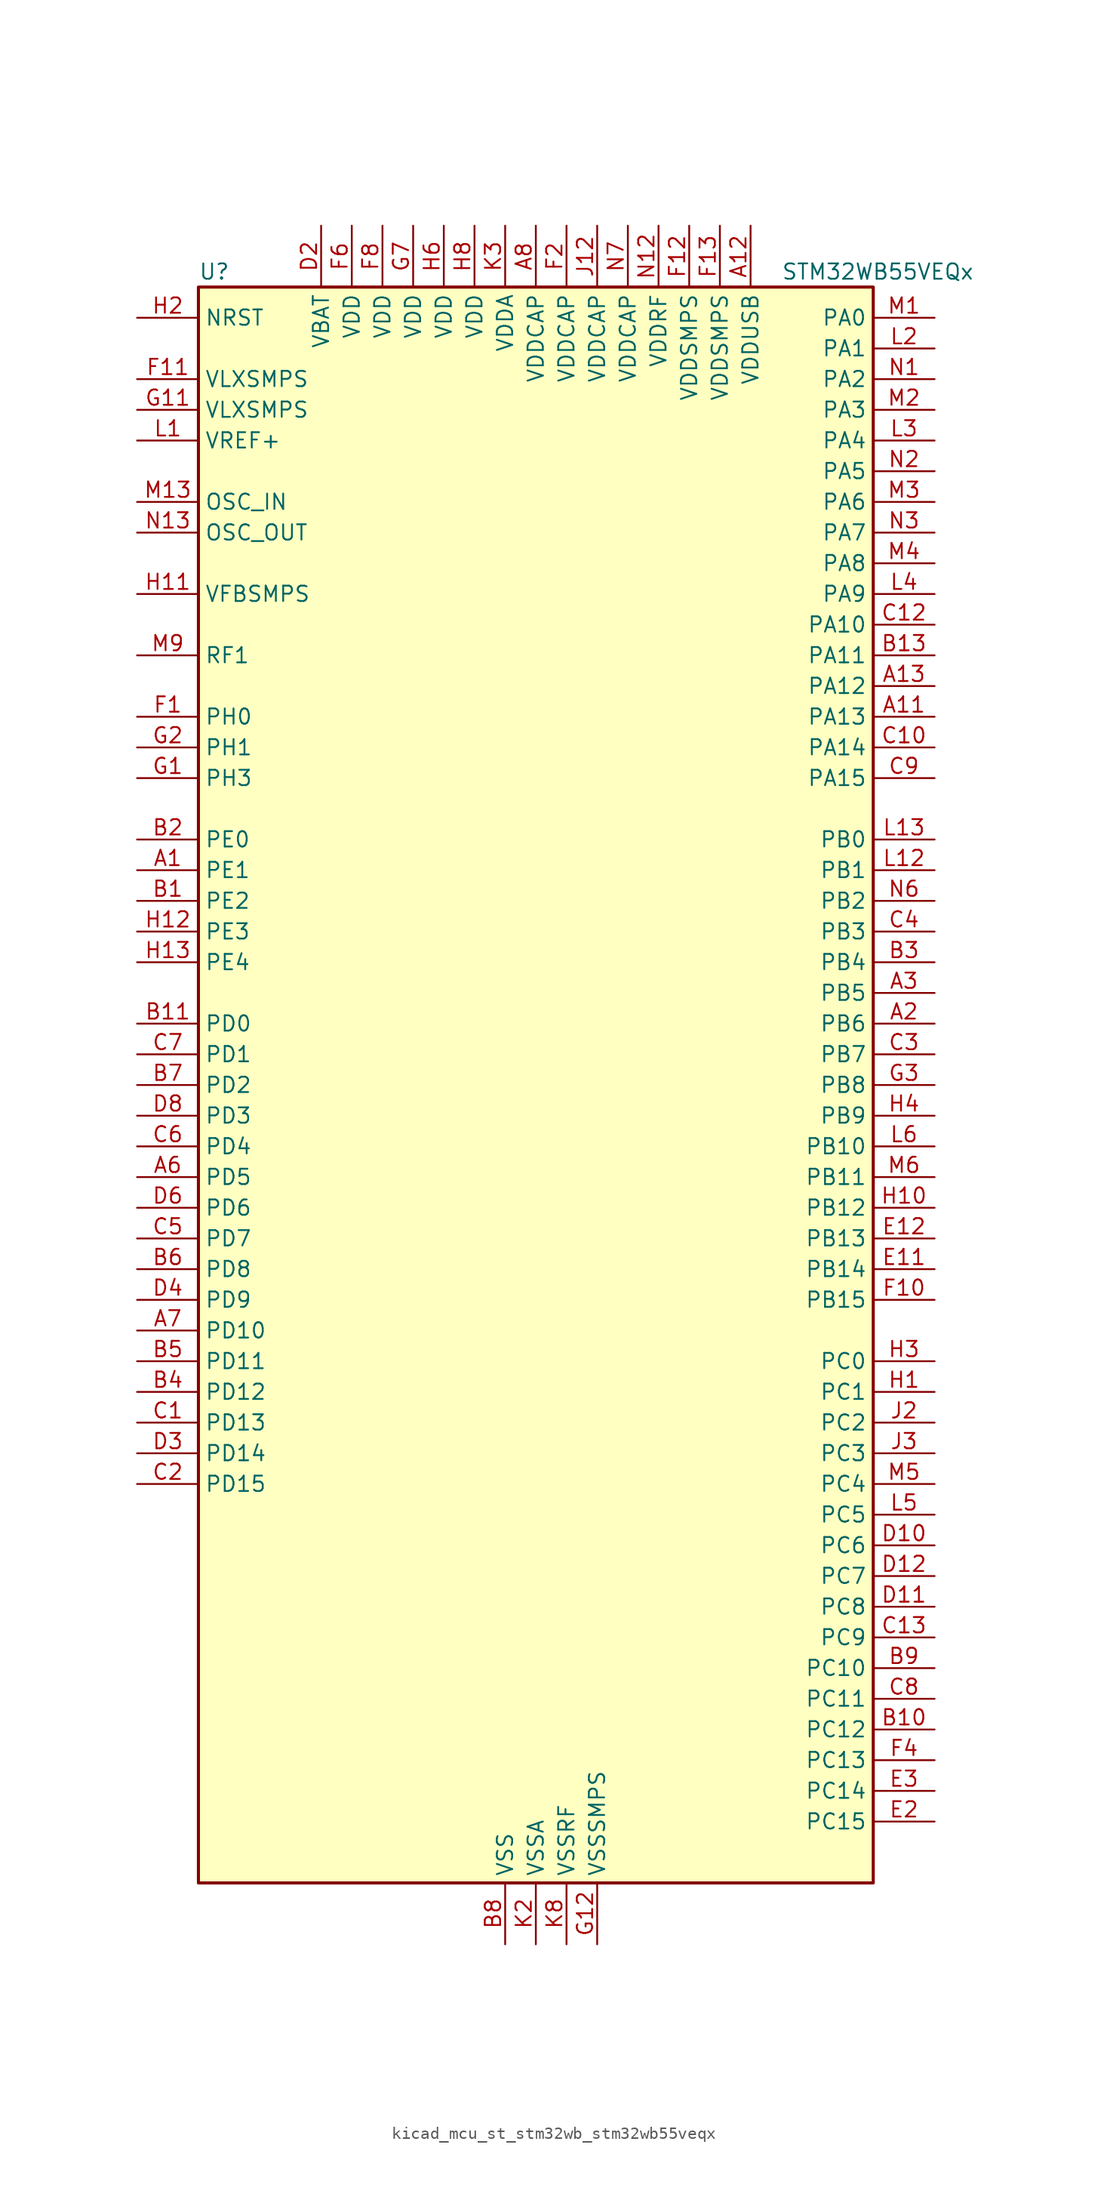
<source format=kicad_sym>
(kicad_symbol_lib
  (version 20220914)
  (generator kicad_symbol_editor)
  (symbol "kicad_mcu_st_stm32wb_stm32wb55veqx"
    (property "Reference" "U"
      (at -27.94 67.31 0)
      (effects (font (size 1.27 1.27)) (justify left)))
    (property "Value" "STM32WB55VEQx"
      (at 20.32 67.31 0)
      (effects (font (size 1.27 1.27)) (justify left)))
    (property "ki_locked" ""
      (at 0 0 0)
      (effects (font (size 1.27 1.27))))
    (symbol "kicad_mcu_st_stm32wb_stm32wb55veqx_0_1"
      (rectangle (start -27.94 -66.04) (end 27.94 66.04) (stroke (width 0.254) (type default)) (fill (type background))))
    (symbol "kicad_mcu_st_stm32wb_stm32wb55veqx_1_1"
      (pin bidirectional line (at -33.02 17.78 0) (length 5.08) (name "PE1" (effects (font (size 1.27 1.27)))) (number "A1" (effects (font (size 1.27 1.27)))) (alternate "LCD_SEG37" bidirectional line) (alternate "TIM17_CH1" bidirectional line) (alternate "TSC_G7_IO2" bidirectional line))
      (pin bidirectional line (at 33.02 30.48 180) (length 5.08) (name "PA13" (effects (font (size 1.27 1.27)))) (number "A11" (effects (font (size 1.27 1.27)))) (alternate "IR_OUT" bidirectional line) (alternate "SAI1_SD_B" bidirectional line) (alternate "SYS_JTMS-SWDIO" bidirectional line) (alternate "USB_NOE" bidirectional line))
      (pin power_in line (at 17.78 71.12 270) (length 5.08) (name "VDDUSB" (effects (font (size 1.27 1.27)))) (number "A12" (effects (font (size 1.27 1.27)))))
      (pin bidirectional line (at 33.02 33.02 180) (length 5.08) (name "PA12" (effects (font (size 1.27 1.27)))) (number "A13" (effects (font (size 1.27 1.27)))) (alternate "LPUART1_RX" bidirectional line) (alternate "SPI1_MOSI" bidirectional line) (alternate "TIM1_ETR" bidirectional line) (alternate "USART1_DE" bidirectional line) (alternate "USART1_RTS" bidirectional line) (alternate "USB_DP" bidirectional line))
      (pin bidirectional line (at 33.02 5.08 180) (length 5.08) (name "PB6" (effects (font (size 1.27 1.27)))) (number "A2" (effects (font (size 1.27 1.27)))) (alternate "COMP2_INP" bidirectional line) (alternate "I2C1_SCL" bidirectional line) (alternate "LCD_SEG6" bidirectional line) (alternate "LPTIM1_ETR" bidirectional line) (alternate "RCC_MCO" bidirectional line) (alternate "SAI1_FS_B" bidirectional line) (alternate "TIM16_CH1N" bidirectional line) (alternate "TSC_G2_IO3" bidirectional line) (alternate "USART1_TX" bidirectional line))
      (pin bidirectional line (at 33.02 7.62 180) (length 5.08) (name "PB5" (effects (font (size 1.27 1.27)))) (number "A3" (effects (font (size 1.27 1.27)))) (alternate "COMP2_OUT" bidirectional line) (alternate "I2C1_SMBA" bidirectional line) (alternate "LCD_SEG9" bidirectional line) (alternate "LPTIM1_IN1" bidirectional line) (alternate "LPUART1_TX" bidirectional line) (alternate "SAI1_SD_B" bidirectional line) (alternate "SPI1_MOSI" bidirectional line) (alternate "TIM16_BKIN" bidirectional line) (alternate "TSC_G2_IO2" bidirectional line) (alternate "USART1_CK" bidirectional line))
      (pin bidirectional line (at -33.02 -7.62 0) (length 5.08) (name "PD5" (effects (font (size 1.27 1.27)))) (number "A6" (effects (font (size 1.27 1.27)))) (alternate "QUADSPI_BK1_IO1" bidirectional line) (alternate "SAI1_MCLK_B" bidirectional line) (alternate "TSC_G5_IO2" bidirectional line))
      (pin bidirectional line (at -33.02 -20.32 0) (length 5.08) (name "PD10" (effects (font (size 1.27 1.27)))) (number "A7" (effects (font (size 1.27 1.27)))) (alternate "LCD_SEG30" bidirectional line) (alternate "SYS_TRIG_INOUT" bidirectional line) (alternate "TSC_G6_IO1" bidirectional line))
      (pin power_in line (at 0 71.12 270) (length 5.08) (name "VDDCAP" (effects (font (size 1.27 1.27)))) (number "A8" (effects (font (size 1.27 1.27)))))
      (pin bidirectional line (at -33.02 15.24 0) (length 5.08) (name "PE2" (effects (font (size 1.27 1.27)))) (number "B1" (effects (font (size 1.27 1.27)))) (alternate "LCD_SEG38" bidirectional line) (alternate "SAI1_CK1" bidirectional line) (alternate "SAI1_MCLK_A" bidirectional line) (alternate "SYS_TRACECLK" bidirectional line) (alternate "TSC_G7_IO1" bidirectional line))
      (pin bidirectional line (at 33.02 -53.34 180) (length 5.08) (name "PC12" (effects (font (size 1.27 1.27)))) (number "B10" (effects (font (size 1.27 1.27)))) (alternate "LCD_COM6" bidirectional line) (alternate "LCD_SEG30" bidirectional line) (alternate "LCD_SEG42" bidirectional line) (alternate "RCC_LSCO" bidirectional line) (alternate "RTC_TAMP3" bidirectional line) (alternate "SYS_TRACED3" bidirectional line) (alternate "SYS_WKUP3" bidirectional line) (alternate "TSC_G3_IO4" bidirectional line))
      (pin bidirectional line (at -33.02 5.08 0) (length 5.08) (name "PD0" (effects (font (size 1.27 1.27)))) (number "B11" (effects (font (size 1.27 1.27)))) (alternate "SPI2_NSS" bidirectional line))
      (pin passive line (at -2.54 -71.12 90) (length 5.08) hide (name "VSS" (effects (font (size 1.27 1.27)))) (number "B12" (effects (font (size 1.27 1.27)))))
      (pin bidirectional line (at 33.02 35.56 180) (length 5.08) (name "PA11" (effects (font (size 1.27 1.27)))) (number "B13" (effects (font (size 1.27 1.27)))) (alternate "ADC1_EXTI11" bidirectional line) (alternate "SPI1_MISO" bidirectional line) (alternate "TIM1_BKIN2" bidirectional line) (alternate "TIM1_CH4" bidirectional line) (alternate "USART1_CTS" bidirectional line) (alternate "USART1_NSS" bidirectional line) (alternate "USB_DM" bidirectional line))
      (pin bidirectional line (at -33.02 20.32 0) (length 5.08) (name "PE0" (effects (font (size 1.27 1.27)))) (number "B2" (effects (font (size 1.27 1.27)))) (alternate "LCD_SEG36" bidirectional line) (alternate "TIM16_CH1" bidirectional line) (alternate "TIM1_ETR" bidirectional line) (alternate "TSC_G7_IO3" bidirectional line))
      (pin bidirectional line (at 33.02 10.16 180) (length 5.08) (name "PB4" (effects (font (size 1.27 1.27)))) (number "B3" (effects (font (size 1.27 1.27)))) (alternate "COMP2_INP" bidirectional line) (alternate "I2C3_SDA" bidirectional line) (alternate "LCD_SEG8" bidirectional line) (alternate "SAI1_MCLK_B" bidirectional line) (alternate "SPI1_MISO" bidirectional line) (alternate "SYS_JTRST" bidirectional line) (alternate "TIM17_BKIN" bidirectional line) (alternate "TSC_G2_IO1" bidirectional line) (alternate "USART1_CTS" bidirectional line) (alternate "USART1_NSS" bidirectional line))
      (pin bidirectional line (at -33.02 -25.4 0) (length 5.08) (name "PD12" (effects (font (size 1.27 1.27)))) (number "B4" (effects (font (size 1.27 1.27)))) (alternate "LCD_SEG32" bidirectional line) (alternate "LPTIM2_IN1" bidirectional line) (alternate "TSC_G6_IO3" bidirectional line))
      (pin bidirectional line (at -33.02 -22.86 0) (length 5.08) (name "PD11" (effects (font (size 1.27 1.27)))) (number "B5" (effects (font (size 1.27 1.27)))) (alternate "ADC1_EXTI11" bidirectional line) (alternate "LCD_SEG31" bidirectional line) (alternate "LPTIM2_ETR" bidirectional line) (alternate "TSC_G6_IO2" bidirectional line))
      (pin bidirectional line (at -33.02 -15.24 0) (length 5.08) (name "PD8" (effects (font (size 1.27 1.27)))) (number "B6" (effects (font (size 1.27 1.27)))) (alternate "LCD_SEG28" bidirectional line) (alternate "TIM1_BKIN2" bidirectional line))
      (pin bidirectional line (at -33.02 0 0) (length 5.08) (name "PD2" (effects (font (size 1.27 1.27)))) (number "B7" (effects (font (size 1.27 1.27)))) (alternate "LCD_COM7" bidirectional line) (alternate "LCD_SEG31" bidirectional line) (alternate "LCD_SEG43" bidirectional line) (alternate "SYS_TRACED2" bidirectional line) (alternate "TSC_SYNC" bidirectional line))
      (pin power_in line (at -2.54 -71.12 90) (length 5.08) (name "VSS" (effects (font (size 1.27 1.27)))) (number "B8" (effects (font (size 1.27 1.27)))))
      (pin bidirectional line (at 33.02 -48.26 180) (length 5.08) (name "PC10" (effects (font (size 1.27 1.27)))) (number "B9" (effects (font (size 1.27 1.27)))) (alternate "LCD_COM4" bidirectional line) (alternate "LCD_SEG28" bidirectional line) (alternate "LCD_SEG40" bidirectional line) (alternate "SYS_TRACED1" bidirectional line) (alternate "TSC_G3_IO2" bidirectional line))
      (pin bidirectional line (at -33.02 -27.94 0) (length 5.08) (name "PD13" (effects (font (size 1.27 1.27)))) (number "C1" (effects (font (size 1.27 1.27)))) (alternate "LCD_SEG33" bidirectional line) (alternate "LPTIM2_OUT" bidirectional line) (alternate "TSC_G6_IO4" bidirectional line))
      (pin bidirectional line (at 33.02 27.94 180) (length 5.08) (name "PA14" (effects (font (size 1.27 1.27)))) (number "C10" (effects (font (size 1.27 1.27)))) (alternate "I2C1_SMBA" bidirectional line) (alternate "LCD_SEG5" bidirectional line) (alternate "LPTIM1_OUT" bidirectional line) (alternate "SAI1_FS_B" bidirectional line) (alternate "SYS_JTCK-SWCLK" bidirectional line))
      (pin passive line (at -2.54 -71.12 90) (length 5.08) hide (name "VSS" (effects (font (size 1.27 1.27)))) (number "C11" (effects (font (size 1.27 1.27)))))
      (pin bidirectional line (at 33.02 38.1 180) (length 5.08) (name "PA10" (effects (font (size 1.27 1.27)))) (number "C12" (effects (font (size 1.27 1.27)))) (alternate "CRS_SYNC" bidirectional line) (alternate "I2C1_SDA" bidirectional line) (alternate "LCD_COM2" bidirectional line) (alternate "SAI1_D1" bidirectional line) (alternate "SAI1_SD_A" bidirectional line) (alternate "TIM17_BKIN" bidirectional line) (alternate "TIM1_CH3" bidirectional line) (alternate "USART1_RX" bidirectional line))
      (pin bidirectional line (at 33.02 -45.72 180) (length 5.08) (name "PC9" (effects (font (size 1.27 1.27)))) (number "C13" (effects (font (size 1.27 1.27)))) (alternate "LCD_SEG27" bidirectional line) (alternate "SAI1_SCK_B" bidirectional line) (alternate "TIM1_BKIN" bidirectional line) (alternate "TSC_G4_IO4" bidirectional line) (alternate "USB_NOE" bidirectional line))
      (pin bidirectional line (at -33.02 -33.02 0) (length 5.08) (name "PD15" (effects (font (size 1.27 1.27)))) (number "C2" (effects (font (size 1.27 1.27)))) (alternate "ADC1_EXTI15" bidirectional line) (alternate "LCD_SEG35" bidirectional line) (alternate "TIM1_CH2" bidirectional line))
      (pin bidirectional line (at 33.02 2.54 180) (length 5.08) (name "PB7" (effects (font (size 1.27 1.27)))) (number "C3" (effects (font (size 1.27 1.27)))) (alternate "COMP2_INM" bidirectional line) (alternate "I2C1_SDA" bidirectional line) (alternate "LCD_SEG21" bidirectional line) (alternate "LPTIM1_IN2" bidirectional line) (alternate "SYS_PVD_IN" bidirectional line) (alternate "TIM17_CH1N" bidirectional line) (alternate "TIM1_BKIN" bidirectional line) (alternate "TSC_G2_IO4" bidirectional line) (alternate "USART1_RX" bidirectional line))
      (pin bidirectional line (at 33.02 12.7 180) (length 5.08) (name "PB3" (effects (font (size 1.27 1.27)))) (number "C4" (effects (font (size 1.27 1.27)))) (alternate "COMP2_INM" bidirectional line) (alternate "LCD_SEG7" bidirectional line) (alternate "SAI1_SCK_B" bidirectional line) (alternate "SPI1_SCK" bidirectional line) (alternate "SYS_JTDO-SWO" bidirectional line) (alternate "TIM2_CH2" bidirectional line) (alternate "USART1_DE" bidirectional line) (alternate "USART1_RTS" bidirectional line))
      (pin bidirectional line (at -33.02 -12.7 0) (length 5.08) (name "PD7" (effects (font (size 1.27 1.27)))) (number "C5" (effects (font (size 1.27 1.27)))) (alternate "LCD_SEG39" bidirectional line) (alternate "QUADSPI_BK1_IO3" bidirectional line) (alternate "TSC_G5_IO4" bidirectional line))
      (pin bidirectional line (at -33.02 -5.08 0) (length 5.08) (name "PD4" (effects (font (size 1.27 1.27)))) (number "C6" (effects (font (size 1.27 1.27)))) (alternate "QUADSPI_BK1_IO0" bidirectional line) (alternate "SPI2_MOSI" bidirectional line) (alternate "TSC_G5_IO1" bidirectional line))
      (pin bidirectional line (at -33.02 2.54 0) (length 5.08) (name "PD1" (effects (font (size 1.27 1.27)))) (number "C7" (effects (font (size 1.27 1.27)))) (alternate "SPI2_SCK" bidirectional line))
      (pin bidirectional line (at 33.02 -50.8 180) (length 5.08) (name "PC11" (effects (font (size 1.27 1.27)))) (number "C8" (effects (font (size 1.27 1.27)))) (alternate "ADC1_EXTI11" bidirectional line) (alternate "LCD_COM5" bidirectional line) (alternate "LCD_SEG29" bidirectional line) (alternate "LCD_SEG41" bidirectional line) (alternate "TSC_G3_IO3" bidirectional line))
      (pin bidirectional line (at 33.02 25.4 180) (length 5.08) (name "PA15" (effects (font (size 1.27 1.27)))) (number "C9" (effects (font (size 1.27 1.27)))) (alternate "ADC1_EXTI15" bidirectional line) (alternate "LCD_SEG17" bidirectional line) (alternate "RCC_MCO" bidirectional line) (alternate "SPI1_NSS" bidirectional line) (alternate "SYS_JTDI" bidirectional line) (alternate "TIM2_CH1" bidirectional line) (alternate "TIM2_ETR" bidirectional line) (alternate "TSC_G3_IO1" bidirectional line))
      (pin bidirectional line (at 33.02 -38.1 180) (length 5.08) (name "PC6" (effects (font (size 1.27 1.27)))) (number "D10" (effects (font (size 1.27 1.27)))) (alternate "LCD_SEG24" bidirectional line) (alternate "TSC_G4_IO1" bidirectional line))
      (pin bidirectional line (at 33.02 -43.18 180) (length 5.08) (name "PC8" (effects (font (size 1.27 1.27)))) (number "D11" (effects (font (size 1.27 1.27)))) (alternate "LCD_SEG26" bidirectional line) (alternate "TSC_G4_IO3" bidirectional line))
      (pin bidirectional line (at 33.02 -40.64 180) (length 5.08) (name "PC7" (effects (font (size 1.27 1.27)))) (number "D12" (effects (font (size 1.27 1.27)))) (alternate "LCD_SEG25" bidirectional line) (alternate "TSC_G4_IO2" bidirectional line))
      (pin power_in line (at -17.78 71.12 270) (length 5.08) (name "VBAT" (effects (font (size 1.27 1.27)))) (number "D2" (effects (font (size 1.27 1.27)))))
      (pin bidirectional line (at -33.02 -30.48 0) (length 5.08) (name "PD14" (effects (font (size 1.27 1.27)))) (number "D3" (effects (font (size 1.27 1.27)))) (alternate "LCD_SEG34" bidirectional line) (alternate "TIM1_CH1" bidirectional line))
      (pin bidirectional line (at -33.02 -17.78 0) (length 5.08) (name "PD9" (effects (font (size 1.27 1.27)))) (number "D4" (effects (font (size 1.27 1.27)))) (alternate "LCD_SEG29" bidirectional line) (alternate "SYS_TRACED0" bidirectional line))
      (pin bidirectional line (at -33.02 -10.16 0) (length 5.08) (name "PD6" (effects (font (size 1.27 1.27)))) (number "D6" (effects (font (size 1.27 1.27)))) (alternate "QUADSPI_BK1_IO2" bidirectional line) (alternate "SAI1_D1" bidirectional line) (alternate "SAI1_SD_A" bidirectional line) (alternate "TSC_G5_IO3" bidirectional line))
      (pin bidirectional line (at -33.02 -2.54 0) (length 5.08) (name "PD3" (effects (font (size 1.27 1.27)))) (number "D8" (effects (font (size 1.27 1.27)))) (alternate "QUADSPI_BK1_NCS" bidirectional line) (alternate "SPI2_MISO" bidirectional line) (alternate "SPI2_SCK" bidirectional line))
      (pin bidirectional line (at 33.02 -15.24 180) (length 5.08) (name "PB14" (effects (font (size 1.27 1.27)))) (number "E11" (effects (font (size 1.27 1.27)))) (alternate "I2C3_SDA" bidirectional line) (alternate "LCD_SEG14" bidirectional line) (alternate "SAI1_MCLK_A" bidirectional line) (alternate "SPI2_MISO" bidirectional line) (alternate "TIM1_CH2N" bidirectional line) (alternate "TSC_G1_IO3" bidirectional line))
      (pin bidirectional line (at 33.02 -12.7 180) (length 5.08) (name "PB13" (effects (font (size 1.27 1.27)))) (number "E12" (effects (font (size 1.27 1.27)))) (alternate "I2C3_SCL" bidirectional line) (alternate "LCD_SEG13" bidirectional line) (alternate "LPUART1_CTS" bidirectional line) (alternate "SAI1_SCK_A" bidirectional line) (alternate "SPI2_SCK" bidirectional line) (alternate "TIM1_CH1N" bidirectional line) (alternate "TSC_G1_IO2" bidirectional line))
      (pin bidirectional line (at 33.02 -60.96 180) (length 5.08) (name "PC15" (effects (font (size 1.27 1.27)))) (number "E2" (effects (font (size 1.27 1.27)))) (alternate "ADC1_EXTI15" bidirectional line) (alternate "RCC_OSC32_OUT" bidirectional line))
      (pin bidirectional line (at 33.02 -58.42 180) (length 5.08) (name "PC14" (effects (font (size 1.27 1.27)))) (number "E3" (effects (font (size 1.27 1.27)))) (alternate "RCC_OSC32_IN" bidirectional line))
      (pin passive line (at -2.54 -71.12 90) (length 5.08) hide (name "VSS" (effects (font (size 1.27 1.27)))) (number "E5" (effects (font (size 1.27 1.27)))))
      (pin passive line (at -2.54 -71.12 90) (length 5.08) hide (name "VSS" (effects (font (size 1.27 1.27)))) (number "E7" (effects (font (size 1.27 1.27)))))
      (pin passive line (at -2.54 -71.12 90) (length 5.08) hide (name "VSS" (effects (font (size 1.27 1.27)))) (number "E9" (effects (font (size 1.27 1.27)))))
      (pin bidirectional line (at -33.02 30.48 0) (length 5.08) (name "PH0" (effects (font (size 1.27 1.27)))) (number "F1" (effects (font (size 1.27 1.27)))))
      (pin bidirectional line (at 33.02 -17.78 180) (length 5.08) (name "PB15" (effects (font (size 1.27 1.27)))) (number "F10" (effects (font (size 1.27 1.27)))) (alternate "ADC1_EXTI15" bidirectional line) (alternate "LCD_SEG15" bidirectional line) (alternate "RTC_REFIN" bidirectional line) (alternate "SAI1_SD_A" bidirectional line) (alternate "SPI2_MOSI" bidirectional line) (alternate "TIM1_CH3N" bidirectional line) (alternate "TSC_G1_IO4" bidirectional line))
      (pin power_in line (at -33.02 58.42 0) (length 5.08) (name "VLXSMPS" (effects (font (size 1.27 1.27)))) (number "F11" (effects (font (size 1.27 1.27)))))
      (pin power_in line (at 12.7 71.12 270) (length 5.08) (name "VDDSMPS" (effects (font (size 1.27 1.27)))) (number "F12" (effects (font (size 1.27 1.27)))))
      (pin power_in line (at 15.24 71.12 270) (length 5.08) (name "VDDSMPS" (effects (font (size 1.27 1.27)))) (number "F13" (effects (font (size 1.27 1.27)))))
      (pin power_in line (at 2.54 71.12 270) (length 5.08) (name "VDDCAP" (effects (font (size 1.27 1.27)))) (number "F2" (effects (font (size 1.27 1.27)))))
      (pin passive line (at -2.54 -71.12 90) (length 5.08) hide (name "VSS" (effects (font (size 1.27 1.27)))) (number "F3" (effects (font (size 1.27 1.27)))))
      (pin bidirectional line (at 33.02 -55.88 180) (length 5.08) (name "PC13" (effects (font (size 1.27 1.27)))) (number "F4" (effects (font (size 1.27 1.27)))) (alternate "RTC_OUT1" bidirectional line) (alternate "RTC_TAMP1" bidirectional line) (alternate "RTC_TS" bidirectional line) (alternate "SYS_WKUP2" bidirectional line))
      (pin power_in line (at -15.24 71.12 270) (length 5.08) (name "VDD" (effects (font (size 1.27 1.27)))) (number "F6" (effects (font (size 1.27 1.27)))))
      (pin power_in line (at -12.7 71.12 270) (length 5.08) (name "VDD" (effects (font (size 1.27 1.27)))) (number "F8" (effects (font (size 1.27 1.27)))))
      (pin bidirectional line (at -33.02 25.4 0) (length 5.08) (name "PH3" (effects (font (size 1.27 1.27)))) (number "G1" (effects (font (size 1.27 1.27)))) (alternate "RCC_LSCO" bidirectional line))
      (pin power_in line (at -33.02 55.88 0) (length 5.08) (name "VLXSMPS" (effects (font (size 1.27 1.27)))) (number "G11" (effects (font (size 1.27 1.27)))))
      (pin power_in line (at 5.08 -71.12 90) (length 5.08) (name "VSSSMPS" (effects (font (size 1.27 1.27)))) (number "G12" (effects (font (size 1.27 1.27)))))
      (pin passive line (at 5.08 -71.12 90) (length 5.08) hide (name "VSSSMPS" (effects (font (size 1.27 1.27)))) (number "G13" (effects (font (size 1.27 1.27)))))
      (pin bidirectional line (at -33.02 27.94 0) (length 5.08) (name "PH1" (effects (font (size 1.27 1.27)))) (number "G2" (effects (font (size 1.27 1.27)))))
      (pin bidirectional line (at 33.02 0 180) (length 5.08) (name "PB8" (effects (font (size 1.27 1.27)))) (number "G3" (effects (font (size 1.27 1.27)))) (alternate "I2C1_SCL" bidirectional line) (alternate "LCD_SEG16" bidirectional line) (alternate "QUADSPI_BK1_IO1" bidirectional line) (alternate "SAI1_CK1" bidirectional line) (alternate "SAI1_MCLK_A" bidirectional line) (alternate "TIM16_CH1" bidirectional line) (alternate "TIM1_CH2N" bidirectional line))
      (pin passive line (at -2.54 -71.12 90) (length 5.08) hide (name "VSS" (effects (font (size 1.27 1.27)))) (number "G5" (effects (font (size 1.27 1.27)))))
      (pin power_in line (at -10.16 71.12 270) (length 5.08) (name "VDD" (effects (font (size 1.27 1.27)))) (number "G7" (effects (font (size 1.27 1.27)))))
      (pin passive line (at -2.54 -71.12 90) (length 5.08) hide (name "VSS" (effects (font (size 1.27 1.27)))) (number "G9" (effects (font (size 1.27 1.27)))))
      (pin bidirectional line (at 33.02 -25.4 180) (length 5.08) (name "PC1" (effects (font (size 1.27 1.27)))) (number "H1" (effects (font (size 1.27 1.27)))) (alternate "ADC1_IN2" bidirectional line) (alternate "I2C3_SDA" bidirectional line) (alternate "LCD_SEG19" bidirectional line) (alternate "LPTIM1_OUT" bidirectional line) (alternate "LPUART1_TX" bidirectional line) (alternate "SPI2_MOSI" bidirectional line))
      (pin bidirectional line (at 33.02 -10.16 180) (length 5.08) (name "PB12" (effects (font (size 1.27 1.27)))) (number "H10" (effects (font (size 1.27 1.27)))) (alternate "I2C3_SMBA" bidirectional line) (alternate "LCD_SEG12" bidirectional line) (alternate "LPUART1_DE" bidirectional line) (alternate "LPUART1_RTS" bidirectional line) (alternate "SAI1_FS_A" bidirectional line) (alternate "SPI2_NSS" bidirectional line) (alternate "TIM1_BKIN" bidirectional line) (alternate "TSC_G1_IO1" bidirectional line))
      (pin input line (at -33.02 40.64 0) (length 5.08) (name "VFBSMPS" (effects (font (size 1.27 1.27)))) (number "H11" (effects (font (size 1.27 1.27)))))
      (pin bidirectional line (at -33.02 12.7 0) (length 5.08) (name "PE3" (effects (font (size 1.27 1.27)))) (number "H12" (effects (font (size 1.27 1.27)))))
      (pin bidirectional line (at -33.02 10.16 0) (length 5.08) (name "PE4" (effects (font (size 1.27 1.27)))) (number "H13" (effects (font (size 1.27 1.27)))))
      (pin input line (at -33.02 63.5 0) (length 5.08) (name "NRST" (effects (font (size 1.27 1.27)))) (number "H2" (effects (font (size 1.27 1.27)))))
      (pin bidirectional line (at 33.02 -22.86 180) (length 5.08) (name "PC0" (effects (font (size 1.27 1.27)))) (number "H3" (effects (font (size 1.27 1.27)))) (alternate "ADC1_IN1" bidirectional line) (alternate "I2C3_SCL" bidirectional line) (alternate "LCD_SEG18" bidirectional line) (alternate "LPTIM1_IN1" bidirectional line) (alternate "LPTIM2_IN1" bidirectional line) (alternate "LPUART1_RX" bidirectional line))
      (pin bidirectional line (at 33.02 -2.54 180) (length 5.08) (name "PB9" (effects (font (size 1.27 1.27)))) (number "H4" (effects (font (size 1.27 1.27)))) (alternate "I2C1_SDA" bidirectional line) (alternate "IR_OUT" bidirectional line) (alternate "LCD_COM3" bidirectional line) (alternate "QUADSPI_BK1_IO0" bidirectional line) (alternate "SAI1_D2" bidirectional line) (alternate "SAI1_FS_A" bidirectional line) (alternate "SPI2_NSS" bidirectional line) (alternate "TIM17_CH1" bidirectional line) (alternate "TIM1_CH3N" bidirectional line) (alternate "TSC_G7_IO4" bidirectional line))
      (pin power_in line (at -7.62 71.12 270) (length 5.08) (name "VDD" (effects (font (size 1.27 1.27)))) (number "H6" (effects (font (size 1.27 1.27)))))
      (pin power_in line (at -5.08 71.12 270) (length 5.08) (name "VDD" (effects (font (size 1.27 1.27)))) (number "H8" (effects (font (size 1.27 1.27)))))
      (pin passive line (at -2.54 -71.12 90) (length 5.08) hide (name "VSS" (effects (font (size 1.27 1.27)))) (number "J11" (effects (font (size 1.27 1.27)))))
      (pin power_in line (at 5.08 71.12 270) (length 5.08) (name "VDDCAP" (effects (font (size 1.27 1.27)))) (number "J12" (effects (font (size 1.27 1.27)))))
      (pin bidirectional line (at 33.02 -27.94 180) (length 5.08) (name "PC2" (effects (font (size 1.27 1.27)))) (number "J2" (effects (font (size 1.27 1.27)))) (alternate "ADC1_IN3" bidirectional line) (alternate "LCD_SEG20" bidirectional line) (alternate "LPTIM1_IN2" bidirectional line) (alternate "SPI2_MISO" bidirectional line))
      (pin bidirectional line (at 33.02 -30.48 180) (length 5.08) (name "PC3" (effects (font (size 1.27 1.27)))) (number "J3" (effects (font (size 1.27 1.27)))) (alternate "ADC1_IN4" bidirectional line) (alternate "LCD_VLCD" bidirectional line) (alternate "LPTIM1_ETR" bidirectional line) (alternate "LPTIM2_ETR" bidirectional line) (alternate "SAI1_D1" bidirectional line) (alternate "SAI1_SD_A" bidirectional line) (alternate "SPI2_MOSI" bidirectional line))
      (pin passive line (at -2.54 -71.12 90) (length 5.08) hide (name "VSS" (effects (font (size 1.27 1.27)))) (number "J5" (effects (font (size 1.27 1.27)))))
      (pin passive line (at -2.54 -71.12 90) (length 5.08) hide (name "VSS" (effects (font (size 1.27 1.27)))) (number "J7" (effects (font (size 1.27 1.27)))))
      (pin passive line (at -2.54 -71.12 90) (length 5.08) hide (name "VSS" (effects (font (size 1.27 1.27)))) (number "J9" (effects (font (size 1.27 1.27)))))
      (pin passive line (at 2.54 -71.12 90) (length 5.08) hide (name "VSSRF" (effects (font (size 1.27 1.27)))) (number "K10" (effects (font (size 1.27 1.27)))))
      (pin no_connect line (at -27.94 -66.04 0) (length 5.08) hide (name "AT0" (effects (font (size 1.27 1.27)))) (number "K11" (effects (font (size 1.27 1.27)))))
      (pin no_connect line (at -27.94 -63.5 0) (length 5.08) hide (name "AT1" (effects (font (size 1.27 1.27)))) (number "K12" (effects (font (size 1.27 1.27)))))
      (pin power_in line (at 0 -71.12 90) (length 5.08) (name "VSSA" (effects (font (size 1.27 1.27)))) (number "K2" (effects (font (size 1.27 1.27)))))
      (pin power_in line (at -2.54 71.12 270) (length 5.08) (name "VDDA" (effects (font (size 1.27 1.27)))) (number "K3" (effects (font (size 1.27 1.27)))))
      (pin passive line (at -2.54 -71.12 90) (length 5.08) hide (name "VSS" (effects (font (size 1.27 1.27)))) (number "K4" (effects (font (size 1.27 1.27)))))
      (pin passive line (at -2.54 -71.12 90) (length 5.08) hide (name "VSS" (effects (font (size 1.27 1.27)))) (number "K6" (effects (font (size 1.27 1.27)))))
      (pin power_in line (at 2.54 -71.12 90) (length 5.08) (name "VSSRF" (effects (font (size 1.27 1.27)))) (number "K8" (effects (font (size 1.27 1.27)))))
      (pin input line (at -33.02 53.34 0) (length 5.08) (name "VREF+" (effects (font (size 1.27 1.27)))) (number "L1" (effects (font (size 1.27 1.27)))) (alternate "VREFBUF_OUT" bidirectional line))
      (pin passive line (at 2.54 -71.12 90) (length 5.08) hide (name "VSSRF" (effects (font (size 1.27 1.27)))) (number "L10" (effects (font (size 1.27 1.27)))))
      (pin passive line (at 2.54 -71.12 90) (length 5.08) hide (name "VSSRF" (effects (font (size 1.27 1.27)))) (number "L11" (effects (font (size 1.27 1.27)))))
      (pin bidirectional line (at 33.02 17.78 180) (length 5.08) (name "PB1" (effects (font (size 1.27 1.27)))) (number "L12" (effects (font (size 1.27 1.27)))) (alternate "LPTIM2_IN1" bidirectional line) (alternate "LPUART1_DE" bidirectional line) (alternate "LPUART1_RTS" bidirectional line))
      (pin bidirectional line (at 33.02 20.32 180) (length 5.08) (name "PB0" (effects (font (size 1.27 1.27)))) (number "L13" (effects (font (size 1.27 1.27)))) (alternate "COMP1_OUT" bidirectional line) (alternate "RF_TX_MOD_EXT_PA" bidirectional line))
      (pin bidirectional line (at 33.02 60.96 180) (length 5.08) (name "PA1" (effects (font (size 1.27 1.27)))) (number "L2" (effects (font (size 1.27 1.27)))) (alternate "ADC1_IN6" bidirectional line) (alternate "COMP1_INP" bidirectional line) (alternate "I2C1_SMBA" bidirectional line) (alternate "LCD_SEG0" bidirectional line) (alternate "SPI1_SCK" bidirectional line) (alternate "TIM2_CH2" bidirectional line))
      (pin bidirectional line (at 33.02 53.34 180) (length 5.08) (name "PA4" (effects (font (size 1.27 1.27)))) (number "L3" (effects (font (size 1.27 1.27)))) (alternate "ADC1_IN9" bidirectional line) (alternate "COMP1_INM" bidirectional line) (alternate "COMP2_INM" bidirectional line) (alternate "LCD_SEG5" bidirectional line) (alternate "LPTIM2_OUT" bidirectional line) (alternate "SAI1_FS_B" bidirectional line) (alternate "SPI1_NSS" bidirectional line))
      (pin bidirectional line (at 33.02 40.64 180) (length 5.08) (name "PA9" (effects (font (size 1.27 1.27)))) (number "L4" (effects (font (size 1.27 1.27)))) (alternate "ADC1_IN16" bidirectional line) (alternate "COMP1_INM" bidirectional line) (alternate "I2C1_SCL" bidirectional line) (alternate "LCD_COM1" bidirectional line) (alternate "SAI1_D2" bidirectional line) (alternate "SAI1_FS_A" bidirectional line) (alternate "SPI2_SCK" bidirectional line) (alternate "TIM1_CH2" bidirectional line) (alternate "USART1_TX" bidirectional line))
      (pin bidirectional line (at 33.02 -35.56 180) (length 5.08) (name "PC5" (effects (font (size 1.27 1.27)))) (number "L5" (effects (font (size 1.27 1.27)))) (alternate "ADC1_IN14" bidirectional line) (alternate "COMP1_INP" bidirectional line) (alternate "LCD_SEG23" bidirectional line) (alternate "SAI1_D3" bidirectional line) (alternate "SYS_WKUP5" bidirectional line))
      (pin bidirectional line (at 33.02 -5.08 180) (length 5.08) (name "PB10" (effects (font (size 1.27 1.27)))) (number "L6" (effects (font (size 1.27 1.27)))) (alternate "COMP1_OUT" bidirectional line) (alternate "I2C3_SCL" bidirectional line) (alternate "LCD_SEG10" bidirectional line) (alternate "LPUART1_RX" bidirectional line) (alternate "QUADSPI_CLK" bidirectional line) (alternate "SAI1_SCK_A" bidirectional line) (alternate "SPI2_SCK" bidirectional line) (alternate "TIM2_CH3" bidirectional line) (alternate "TSC_SYNC" bidirectional line))
      (pin passive line (at 2.54 -71.12 90) (length 5.08) hide (name "VSSRF" (effects (font (size 1.27 1.27)))) (number "L7" (effects (font (size 1.27 1.27)))))
      (pin passive line (at 2.54 -71.12 90) (length 5.08) hide (name "VSSRF" (effects (font (size 1.27 1.27)))) (number "L8" (effects (font (size 1.27 1.27)))))
      (pin passive line (at 2.54 -71.12 90) (length 5.08) hide (name "VSSRF" (effects (font (size 1.27 1.27)))) (number "L9" (effects (font (size 1.27 1.27)))))
      (pin bidirectional line (at 33.02 63.5 180) (length 5.08) (name "PA0" (effects (font (size 1.27 1.27)))) (number "M1" (effects (font (size 1.27 1.27)))) (alternate "ADC1_IN5" bidirectional line) (alternate "COMP1_INM" bidirectional line) (alternate "COMP1_OUT" bidirectional line) (alternate "RTC_TAMP2" bidirectional line) (alternate "SAI1_EXTCLK" bidirectional line) (alternate "SYS_WKUP1" bidirectional line) (alternate "TIM2_CH1" bidirectional line) (alternate "TIM2_ETR" bidirectional line))
      (pin passive line (at 2.54 -71.12 90) (length 5.08) hide (name "VSSRF" (effects (font (size 1.27 1.27)))) (number "M10" (effects (font (size 1.27 1.27)))))
      (pin passive line (at 2.54 -71.12 90) (length 5.08) hide (name "VSSRF" (effects (font (size 1.27 1.27)))) (number "M11" (effects (font (size 1.27 1.27)))))
      (pin passive line (at 2.54 -71.12 90) (length 5.08) hide (name "VSSRF" (effects (font (size 1.27 1.27)))) (number "M12" (effects (font (size 1.27 1.27)))))
      (pin input line (at -33.02 48.26 0) (length 5.08) (name "OSC_IN" (effects (font (size 1.27 1.27)))) (number "M13" (effects (font (size 1.27 1.27)))) (alternate "RCC_OSC_IN" bidirectional line))
      (pin bidirectional line (at 33.02 55.88 180) (length 5.08) (name "PA3" (effects (font (size 1.27 1.27)))) (number "M2" (effects (font (size 1.27 1.27)))) (alternate "ADC1_IN8" bidirectional line) (alternate "COMP2_INP" bidirectional line) (alternate "LCD_SEG2" bidirectional line) (alternate "LPUART1_RX" bidirectional line) (alternate "QUADSPI_CLK" bidirectional line) (alternate "SAI1_CK1" bidirectional line) (alternate "SAI1_MCLK_A" bidirectional line) (alternate "TIM2_CH4" bidirectional line))
      (pin bidirectional line (at 33.02 48.26 180) (length 5.08) (name "PA6" (effects (font (size 1.27 1.27)))) (number "M3" (effects (font (size 1.27 1.27)))) (alternate "ADC1_IN11" bidirectional line) (alternate "LCD_SEG3" bidirectional line) (alternate "LPUART1_CTS" bidirectional line) (alternate "QUADSPI_BK1_IO3" bidirectional line) (alternate "SPI1_MISO" bidirectional line) (alternate "TIM16_CH1" bidirectional line) (alternate "TIM1_BKIN" bidirectional line))
      (pin bidirectional line (at 33.02 43.18 180) (length 5.08) (name "PA8" (effects (font (size 1.27 1.27)))) (number "M4" (effects (font (size 1.27 1.27)))) (alternate "ADC1_IN15" bidirectional line) (alternate "LCD_COM0" bidirectional line) (alternate "LPTIM2_OUT" bidirectional line) (alternate "RCC_MCO" bidirectional line) (alternate "SAI1_CK2" bidirectional line) (alternate "SAI1_SCK_A" bidirectional line) (alternate "TIM1_CH1" bidirectional line) (alternate "USART1_CK" bidirectional line))
      (pin bidirectional line (at 33.02 -33.02 180) (length 5.08) (name "PC4" (effects (font (size 1.27 1.27)))) (number "M5" (effects (font (size 1.27 1.27)))) (alternate "ADC1_IN13" bidirectional line) (alternate "COMP1_INM" bidirectional line) (alternate "LCD_SEG22" bidirectional line))
      (pin bidirectional line (at 33.02 -7.62 180) (length 5.08) (name "PB11" (effects (font (size 1.27 1.27)))) (number "M6" (effects (font (size 1.27 1.27)))) (alternate "ADC1_EXTI11" bidirectional line) (alternate "COMP2_OUT" bidirectional line) (alternate "I2C3_SDA" bidirectional line) (alternate "LCD_SEG11" bidirectional line) (alternate "LPUART1_TX" bidirectional line) (alternate "QUADSPI_BK1_NCS" bidirectional line) (alternate "TIM2_CH4" bidirectional line))
      (pin passive line (at -2.54 -71.12 90) (length 5.08) hide (name "VSS" (effects (font (size 1.27 1.27)))) (number "M7" (effects (font (size 1.27 1.27)))))
      (pin passive line (at 2.54 -71.12 90) (length 5.08) hide (name "VSSRF" (effects (font (size 1.27 1.27)))) (number "M8" (effects (font (size 1.27 1.27)))))
      (pin bidirectional line (at -33.02 35.56 0) (length 5.08) (name "RF1" (effects (font (size 1.27 1.27)))) (number "M9" (effects (font (size 1.27 1.27)))) (alternate "RF_RF1" bidirectional line))
      (pin bidirectional line (at 33.02 58.42 180) (length 5.08) (name "PA2" (effects (font (size 1.27 1.27)))) (number "N1" (effects (font (size 1.27 1.27)))) (alternate "ADC1_IN7" bidirectional line) (alternate "COMP2_INM" bidirectional line) (alternate "COMP2_OUT" bidirectional line) (alternate "LCD_SEG1" bidirectional line) (alternate "LPUART1_TX" bidirectional line) (alternate "QUADSPI_BK1_NCS" bidirectional line) (alternate "RCC_LSCO" bidirectional line) (alternate "SYS_WKUP4" bidirectional line) (alternate "TIM2_CH3" bidirectional line))
      (pin passive line (at 2.54 -71.12 90) (length 5.08) hide (name "VSSRF" (effects (font (size 1.27 1.27)))) (number "N11" (effects (font (size 1.27 1.27)))))
      (pin power_in line (at 10.16 71.12 270) (length 5.08) (name "VDDRF" (effects (font (size 1.27 1.27)))) (number "N12" (effects (font (size 1.27 1.27)))))
      (pin input line (at -33.02 45.72 0) (length 5.08) (name "OSC_OUT" (effects (font (size 1.27 1.27)))) (number "N13" (effects (font (size 1.27 1.27)))) (alternate "RCC_OSC_OUT" bidirectional line))
      (pin bidirectional line (at 33.02 50.8 180) (length 5.08) (name "PA5" (effects (font (size 1.27 1.27)))) (number "N2" (effects (font (size 1.27 1.27)))) (alternate "ADC1_IN10" bidirectional line) (alternate "COMP1_INM" bidirectional line) (alternate "COMP2_INM" bidirectional line) (alternate "LPTIM2_ETR" bidirectional line) (alternate "SAI1_SD_B" bidirectional line) (alternate "SPI1_SCK" bidirectional line) (alternate "TIM2_CH1" bidirectional line) (alternate "TIM2_ETR" bidirectional line))
      (pin bidirectional line (at 33.02 45.72 180) (length 5.08) (name "PA7" (effects (font (size 1.27 1.27)))) (number "N3" (effects (font (size 1.27 1.27)))) (alternate "ADC1_IN12" bidirectional line) (alternate "COMP2_OUT" bidirectional line) (alternate "I2C3_SCL" bidirectional line) (alternate "LCD_SEG4" bidirectional line) (alternate "QUADSPI_BK1_IO2" bidirectional line) (alternate "SPI1_MOSI" bidirectional line) (alternate "TIM17_CH1" bidirectional line) (alternate "TIM1_CH1N" bidirectional line))
      (pin bidirectional line (at 33.02 15.24 180) (length 5.08) (name "PB2" (effects (font (size 1.27 1.27)))) (number "N6" (effects (font (size 1.27 1.27)))) (alternate "COMP1_INP" bidirectional line) (alternate "I2C3_SMBA" bidirectional line) (alternate "LCD_VLCD" bidirectional line) (alternate "LPTIM1_OUT" bidirectional line) (alternate "RTC_OUT2" bidirectional line) (alternate "SAI1_EXTCLK" bidirectional line) (alternate "SPI1_NSS" bidirectional line))
      (pin power_in line (at 7.62 71.12 270) (length 5.08) (name "VDDCAP" (effects (font (size 1.27 1.27)))) (number "N7" (effects (font (size 1.27 1.27)))))
      (pin passive line (at 2.54 -71.12 90) (length 5.08) hide (name "VSSRF" (effects (font (size 1.27 1.27)))) (number "N8" (effects (font (size 1.27 1.27))))))))
</source>
